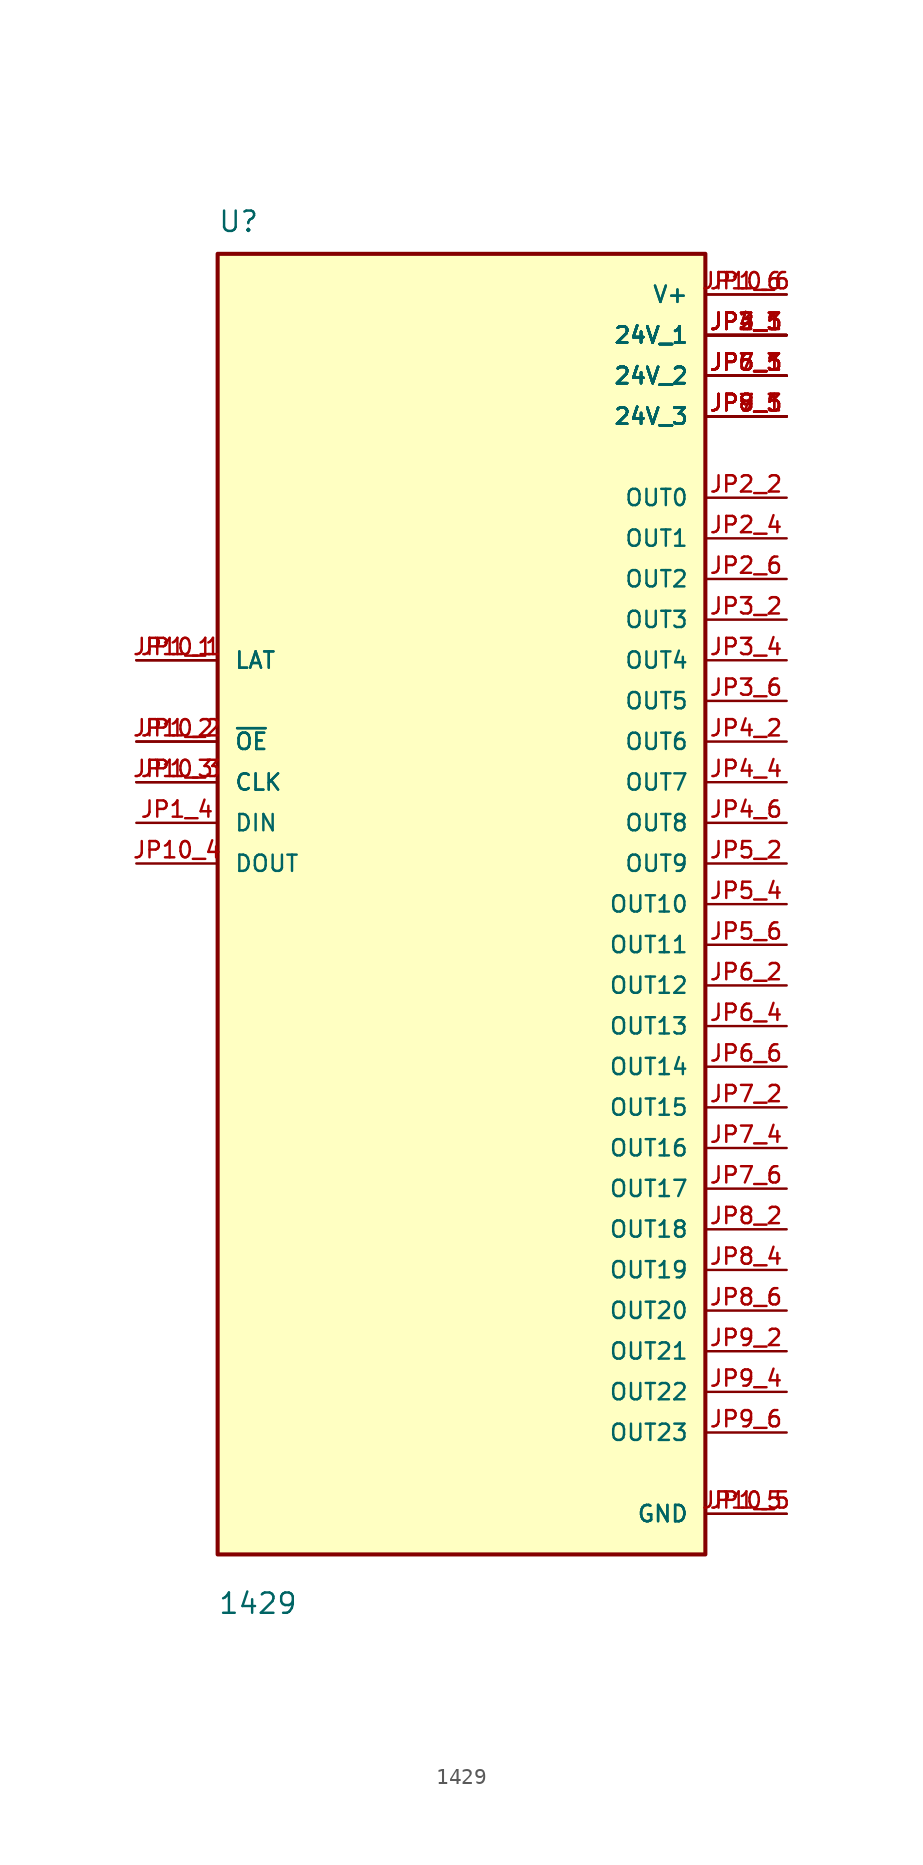
<source format=kicad_sym>
(kicad_symbol_lib
  (version 20211014)
  (generator kicad_symbol_editor)
  (symbol "1429"
    (pin_names
      (offset 1.016))
    (property "Reference" "U"
      (at -15.24 41.91 0)
      (effects (font (size 1.27 1.27)) (justify bottom left)))
    (property "Value" "1429"
      (at -15.24 -44.45 0)
      (effects (font (size 1.27 1.27)) (justify bottom left)))
    (symbol "1429_0_0"
      (rectangle (start -15.24 -40.64) (end 15.24 40.64) (stroke (width 0.254)) (fill (type background)))
      (pin power_in line (at 20.32 35.56 180.0) (length 5.08) (name "24V_1" (effects (font (size 1.016 1.016)))) (number "JP2_1" (effects (font (size 1.016 1.016)))))
      (pin power_in line (at 20.32 35.56 180.0) (length 5.08) (name "24V_1" (effects (font (size 1.016 1.016)))) (number "JP2_3" (effects (font (size 1.016 1.016)))))
      (pin power_in line (at 20.32 35.56 180.0) (length 5.08) (name "24V_1" (effects (font (size 1.016 1.016)))) (number "JP2_5" (effects (font (size 1.016 1.016)))))
      (pin power_in line (at 20.32 35.56 180.0) (length 5.08) (name "24V_1" (effects (font (size 1.016 1.016)))) (number "JP3_1" (effects (font (size 1.016 1.016)))))
      (pin power_in line (at 20.32 35.56 180.0) (length 5.08) (name "24V_1" (effects (font (size 1.016 1.016)))) (number "JP3_3" (effects (font (size 1.016 1.016)))))
      (pin power_in line (at 20.32 35.56 180.0) (length 5.08) (name "24V_1" (effects (font (size 1.016 1.016)))) (number "JP3_5" (effects (font (size 1.016 1.016)))))
      (pin power_in line (at 20.32 35.56 180.0) (length 5.08) (name "24V_1" (effects (font (size 1.016 1.016)))) (number "JP4_1" (effects (font (size 1.016 1.016)))))
      (pin power_in line (at 20.32 35.56 180.0) (length 5.08) (name "24V_1" (effects (font (size 1.016 1.016)))) (number "JP4_3" (effects (font (size 1.016 1.016)))))
      (pin power_in line (at 20.32 35.56 180.0) (length 5.08) (name "24V_1" (effects (font (size 1.016 1.016)))) (number "JP4_5" (effects (font (size 1.016 1.016)))))
      (pin power_in line (at 20.32 33.02 180.0) (length 5.08) (name "24V_2" (effects (font (size 1.016 1.016)))) (number "JP5_1" (effects (font (size 1.016 1.016)))))
      (pin power_in line (at 20.32 33.02 180.0) (length 5.08) (name "24V_2" (effects (font (size 1.016 1.016)))) (number "JP5_3" (effects (font (size 1.016 1.016)))))
      (pin power_in line (at 20.32 33.02 180.0) (length 5.08) (name "24V_2" (effects (font (size 1.016 1.016)))) (number "JP5_5" (effects (font (size 1.016 1.016)))))
      (pin power_in line (at 20.32 33.02 180.0) (length 5.08) (name "24V_2" (effects (font (size 1.016 1.016)))) (number "JP6_1" (effects (font (size 1.016 1.016)))))
      (pin power_in line (at 20.32 33.02 180.0) (length 5.08) (name "24V_2" (effects (font (size 1.016 1.016)))) (number "JP6_3" (effects (font (size 1.016 1.016)))))
      (pin power_in line (at 20.32 33.02 180.0) (length 5.08) (name "24V_2" (effects (font (size 1.016 1.016)))) (number "JP6_5" (effects (font (size 1.016 1.016)))))
      (pin power_in line (at 20.32 33.02 180.0) (length 5.08) (name "24V_2" (effects (font (size 1.016 1.016)))) (number "JP7_1" (effects (font (size 1.016 1.016)))))
      (pin power_in line (at 20.32 33.02 180.0) (length 5.08) (name "24V_2" (effects (font (size 1.016 1.016)))) (number "JP7_3" (effects (font (size 1.016 1.016)))))
      (pin power_in line (at 20.32 30.48 180.0) (length 5.08) (name "24V_3" (effects (font (size 1.016 1.016)))) (number "JP7_5" (effects (font (size 1.016 1.016)))))
      (pin power_in line (at 20.32 30.48 180.0) (length 5.08) (name "24V_3" (effects (font (size 1.016 1.016)))) (number "JP8_1" (effects (font (size 1.016 1.016)))))
      (pin power_in line (at 20.32 30.48 180.0) (length 5.08) (name "24V_3" (effects (font (size 1.016 1.016)))) (number "JP8_3" (effects (font (size 1.016 1.016)))))
      (pin power_in line (at 20.32 30.48 180.0) (length 5.08) (name "24V_3" (effects (font (size 1.016 1.016)))) (number "JP8_5" (effects (font (size 1.016 1.016)))))
      (pin power_in line (at 20.32 30.48 180.0) (length 5.08) (name "24V_3" (effects (font (size 1.016 1.016)))) (number "JP9_1" (effects (font (size 1.016 1.016)))))
      (pin power_in line (at 20.32 30.48 180.0) (length 5.08) (name "24V_3" (effects (font (size 1.016 1.016)))) (number "JP9_3" (effects (font (size 1.016 1.016)))))
      (pin power_in line (at 20.32 30.48 180.0) (length 5.08) (name "24V_3" (effects (font (size 1.016 1.016)))) (number "JP9_5" (effects (font (size 1.016 1.016)))))
      (pin output line (at 20.32 25.4 180.0) (length 5.08) (name "OUT0" (effects (font (size 1.016 1.016)))) (number "JP2_2" (effects (font (size 1.016 1.016)))))
      (pin output line (at 20.32 22.86 180.0) (length 5.08) (name "OUT1" (effects (font (size 1.016 1.016)))) (number "JP2_4" (effects (font (size 1.016 1.016)))))
      (pin output line (at 20.32 20.32 180.0) (length 5.08) (name "OUT2" (effects (font (size 1.016 1.016)))) (number "JP2_6" (effects (font (size 1.016 1.016)))))
      (pin output line (at 20.32 17.78 180.0) (length 5.08) (name "OUT3" (effects (font (size 1.016 1.016)))) (number "JP3_2" (effects (font (size 1.016 1.016)))))
      (pin output line (at 20.32 15.24 180.0) (length 5.08) (name "OUT4" (effects (font (size 1.016 1.016)))) (number "JP3_4" (effects (font (size 1.016 1.016)))))
      (pin output line (at 20.32 12.7 180.0) (length 5.08) (name "OUT5" (effects (font (size 1.016 1.016)))) (number "JP3_6" (effects (font (size 1.016 1.016)))))
      (pin output line (at 20.32 10.16 180.0) (length 5.08) (name "OUT6" (effects (font (size 1.016 1.016)))) (number "JP4_2" (effects (font (size 1.016 1.016)))))
      (pin output line (at 20.32 7.62 180.0) (length 5.08) (name "OUT7" (effects (font (size 1.016 1.016)))) (number "JP4_4" (effects (font (size 1.016 1.016)))))
      (pin output line (at 20.32 5.08 180.0) (length 5.08) (name "OUT8" (effects (font (size 1.016 1.016)))) (number "JP4_6" (effects (font (size 1.016 1.016)))))
      (pin output line (at 20.32 2.54 180.0) (length 5.08) (name "OUT9" (effects (font (size 1.016 1.016)))) (number "JP5_2" (effects (font (size 1.016 1.016)))))
      (pin output line (at 20.32 0.0 180.0) (length 5.08) (name "OUT10" (effects (font (size 1.016 1.016)))) (number "JP5_4" (effects (font (size 1.016 1.016)))))
      (pin output line (at 20.32 -2.54 180.0) (length 5.08) (name "OUT11" (effects (font (size 1.016 1.016)))) (number "JP5_6" (effects (font (size 1.016 1.016)))))
      (pin output line (at 20.32 -5.08 180.0) (length 5.08) (name "OUT12" (effects (font (size 1.016 1.016)))) (number "JP6_2" (effects (font (size 1.016 1.016)))))
      (pin output line (at 20.32 -7.62 180.0) (length 5.08) (name "OUT13" (effects (font (size 1.016 1.016)))) (number "JP6_4" (effects (font (size 1.016 1.016)))))
      (pin output line (at 20.32 -10.16 180.0) (length 5.08) (name "OUT14" (effects (font (size 1.016 1.016)))) (number "JP6_6" (effects (font (size 1.016 1.016)))))
      (pin output line (at 20.32 -12.7 180.0) (length 5.08) (name "OUT15" (effects (font (size 1.016 1.016)))) (number "JP7_2" (effects (font (size 1.016 1.016)))))
      (pin output line (at 20.32 -15.24 180.0) (length 5.08) (name "OUT16" (effects (font (size 1.016 1.016)))) (number "JP7_4" (effects (font (size 1.016 1.016)))))
      (pin output line (at 20.32 -17.78 180.0) (length 5.08) (name "OUT17" (effects (font (size 1.016 1.016)))) (number "JP7_6" (effects (font (size 1.016 1.016)))))
      (pin output line (at 20.32 -20.32 180.0) (length 5.08) (name "OUT18" (effects (font (size 1.016 1.016)))) (number "JP8_2" (effects (font (size 1.016 1.016)))))
      (pin output line (at 20.32 -22.86 180.0) (length 5.08) (name "OUT19" (effects (font (size 1.016 1.016)))) (number "JP8_4" (effects (font (size 1.016 1.016)))))
      (pin output line (at 20.32 -25.4 180.0) (length 5.08) (name "OUT20" (effects (font (size 1.016 1.016)))) (number "JP8_6" (effects (font (size 1.016 1.016)))))
      (pin output line (at 20.32 -27.94 180.0) (length 5.08) (name "OUT21" (effects (font (size 1.016 1.016)))) (number "JP9_2" (effects (font (size 1.016 1.016)))))
      (pin output line (at 20.32 -30.48 180.0) (length 5.08) (name "OUT22" (effects (font (size 1.016 1.016)))) (number "JP9_4" (effects (font (size 1.016 1.016)))))
      (pin output line (at 20.32 -33.02 180.0) (length 5.08) (name "OUT23" (effects (font (size 1.016 1.016)))) (number "JP9_6" (effects (font (size 1.016 1.016)))))
      (pin bidirectional line (at -20.32 15.24 0) (length 5.08) (name "LAT" (effects (font (size 1.016 1.016)))) (number "JP1_1" (effects (font (size 1.016 1.016)))))
      (pin bidirectional line (at -20.32 15.24 0) (length 5.08) (name "LAT" (effects (font (size 1.016 1.016)))) (number "JP10_1" (effects (font (size 1.016 1.016)))))
      (pin input line (at -20.32 10.16 0) (length 5.08) (name "~{OE}" (effects (font (size 1.016 1.016)))) (number "JP1_2" (effects (font (size 1.016 1.016)))))
      (pin input line (at -20.32 10.16 0) (length 5.08) (name "~{OE}" (effects (font (size 1.016 1.016)))) (number "JP10_2" (effects (font (size 1.016 1.016)))))
      (pin input line (at -20.32 5.08 0) (length 5.08) (name "DIN" (effects (font (size 1.016 1.016)))) (number "JP1_4" (effects (font (size 1.016 1.016)))))
      (pin output line (at -20.32 2.54 0) (length 5.08) (name "DOUT" (effects (font (size 1.016 1.016)))) (number "JP10_4" (effects (font (size 1.016 1.016)))))
      (pin power_in line (at 20.32 -38.1 180.0) (length 5.08) (name "GND" (effects (font (size 1.016 1.016)))) (number "JP1_5" (effects (font (size 1.016 1.016)))))
      (pin power_in line (at 20.32 -38.1 180.0) (length 5.08) (name "GND" (effects (font (size 1.016 1.016)))) (number "JP10_5" (effects (font (size 1.016 1.016)))))
      (pin input line (at -20.32 7.62 0) (length 5.08) (name "CLK" (effects (font (size 1.016 1.016)))) (number "JP1_3" (effects (font (size 1.016 1.016)))))
      (pin input line (at -20.32 7.62 0) (length 5.08) (name "CLK" (effects (font (size 1.016 1.016)))) (number "JP10_3" (effects (font (size 1.016 1.016)))))
      (pin power_in line (at 20.32 38.1 180.0) (length 5.08) (name "V+" (effects (font (size 1.016 1.016)))) (number "JP1_6" (effects (font (size 1.016 1.016)))))
      (pin power_in line (at 20.32 38.1 180.0) (length 5.08) (name "V+" (effects (font (size 1.016 1.016)))) (number "JP10_6" (effects (font (size 1.016 1.016))))))))
</source>
